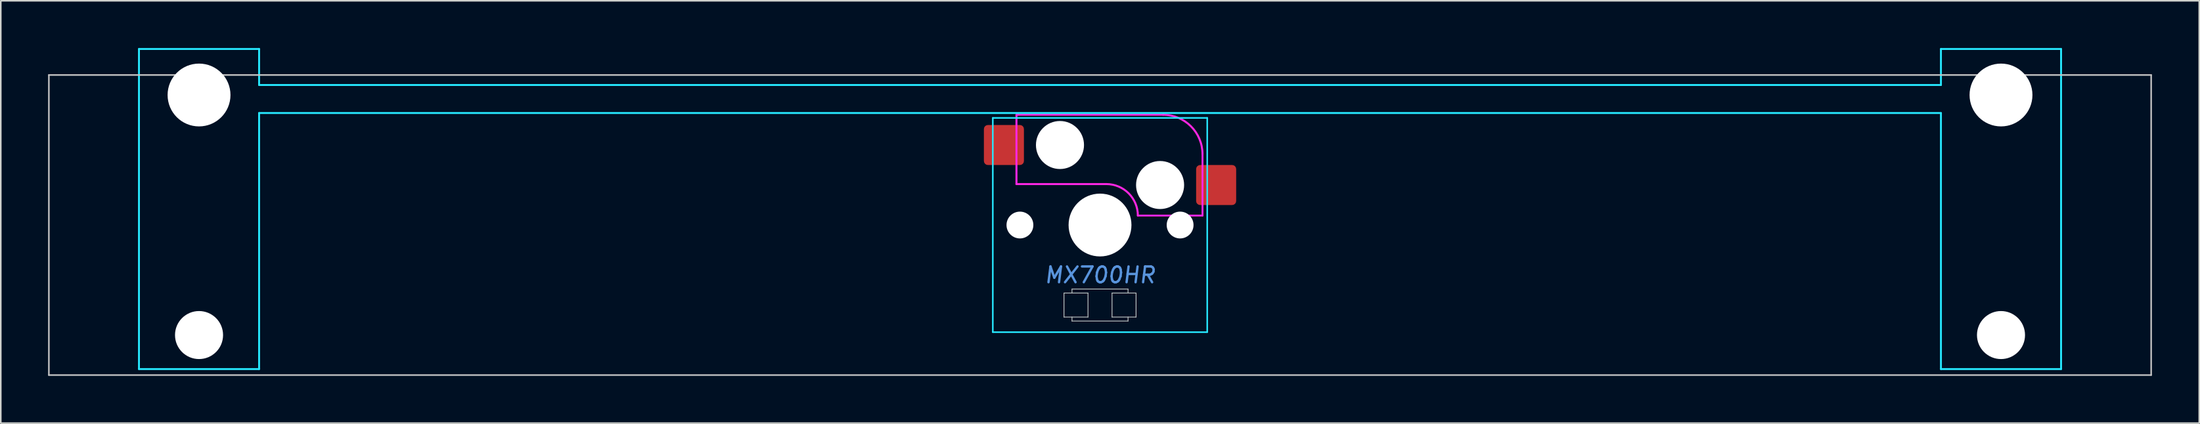
<source format=kicad_pcb>
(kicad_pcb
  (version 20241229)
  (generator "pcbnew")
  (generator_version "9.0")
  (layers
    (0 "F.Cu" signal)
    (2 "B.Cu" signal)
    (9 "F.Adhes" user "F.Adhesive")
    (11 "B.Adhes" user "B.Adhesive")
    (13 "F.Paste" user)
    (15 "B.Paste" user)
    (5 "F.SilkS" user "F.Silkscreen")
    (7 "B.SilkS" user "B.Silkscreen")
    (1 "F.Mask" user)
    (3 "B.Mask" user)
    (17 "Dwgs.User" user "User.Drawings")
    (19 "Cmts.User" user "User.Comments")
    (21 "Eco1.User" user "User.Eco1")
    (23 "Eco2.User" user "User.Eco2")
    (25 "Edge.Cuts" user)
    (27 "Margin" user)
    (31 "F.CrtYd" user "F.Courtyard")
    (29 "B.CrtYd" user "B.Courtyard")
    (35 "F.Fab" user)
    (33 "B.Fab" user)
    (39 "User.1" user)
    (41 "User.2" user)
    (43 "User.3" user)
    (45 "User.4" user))
  (footprint "MX700HR"
    (layer "F.Cu")
    (at 66.725 11.236)
    (property "Reference" "MX700HR" (at 0 3.175 0) (layer "Cmts.User") (effects (font (size 1 1) (thickness 0.15) (italic yes))))
    (attr smd)
    (fp_line (start -66.675 -9.525) (end -66.675 9.525) (stroke (width 0.1) (type solid)) (layer "Dwgs.User"))
    (fp_line (start -66.675 -9.525) (end 66.675 -9.525) (stroke (width 0.1) (type solid)) (layer "Dwgs.User"))
    (fp_line (start -66.675 9.525) (end 66.675 9.525) (stroke (width 0.1) (type solid)) (layer "Dwgs.User"))
    (fp_line (start -2.286 4.318) (end -0.762 4.318) (stroke (width 0.051) (type solid)) (layer "Dwgs.User"))
    (fp_line (start -2.286 5.842) (end -2.286 4.318) (stroke (width 0.051) (type solid)) (layer "Dwgs.User"))
    (fp_line (start -1.778 4.064) (end 1.778 4.064) (stroke (width 0.051) (type solid)) (layer "Dwgs.User"))
    (fp_line (start -1.778 4.318) (end -1.778 4.064) (stroke (width 0.051) (type solid)) (layer "Dwgs.User"))
    (fp_line (start -1.778 6.096) (end -1.778 5.842) (stroke (width 0.051) (type solid)) (layer "Dwgs.User"))
    (fp_line (start -0.762 4.318) (end -0.762 5.842) (stroke (width 0.051) (type solid)) (layer "Dwgs.User"))
    (fp_line (start -0.762 5.842) (end -2.286 5.842) (stroke (width 0.051) (type solid)) (layer "Dwgs.User"))
    (fp_line (start 0.762 4.318) (end 2.286 4.318) (stroke (width 0.051) (type solid)) (layer "Dwgs.User"))
    (fp_line (start 0.762 5.842) (end 0.762 4.318) (stroke (width 0.051) (type solid)) (layer "Dwgs.User"))
    (fp_line (start 1.778 4.064) (end 1.778 4.318) (stroke (width 0.051) (type solid)) (layer "Dwgs.User"))
    (fp_line (start 1.778 5.842) (end 1.778 6.096) (stroke (width 0.051) (type solid)) (layer "Dwgs.User"))
    (fp_line (start 1.778 6.096) (end -1.778 6.096) (stroke (width 0.051) (type solid)) (layer "Dwgs.User"))
    (fp_line (start 2.286 4.318) (end 2.286 5.842) (stroke (width 0.051) (type solid)) (layer "Dwgs.User"))
    (fp_line (start 2.286 5.842) (end 0.762 5.842) (stroke (width 0.051) (type solid)) (layer "Dwgs.User"))
    (fp_line (start 66.675 -9.525) (end 66.675 9.525) (stroke (width 0.1) (type solid)) (layer "Dwgs.User"))
    (fp_line (start -60.65 -8.515) (end -60.65 5.485) (stroke (width 0.1) (type solid)) (layer "Eco1.User"))
    (fp_line (start -60.15 -9.015) (end -54.15 -9.015) (stroke (width 0.1) (type solid)) (layer "Eco1.User"))
    (fp_line (start -54.15 5.985) (end -60.15 5.985) (stroke (width 0.1) (type solid)) (layer "Eco1.User"))
    (fp_line (start -53.65 5.485) (end -53.65 -8.515) (stroke (width 0.1) (type solid)) (layer "Eco1.User"))
    (fp_line (start -7 -6.5) (end -7 6.5) (stroke (width 0.1) (type solid)) (layer "Eco1.User"))
    (fp_line (start -6.5 7) (end 6.5 7) (stroke (width 0.1) (type solid)) (layer "Eco1.User"))
    (fp_line (start 6.5 -7) (end -6.5 -7) (stroke (width 0.1) (type solid)) (layer "Eco1.User"))
    (fp_line (start 7 6.5) (end 7 -6.5) (stroke (width 0.1) (type solid)) (layer "Eco1.User"))
    (fp_line (start 53.65 -8.515) (end 53.65 5.485) (stroke (width 0.1) (type solid)) (layer "Eco1.User"))
    (fp_line (start 54.15 -9.015) (end 60.15 -9.015) (stroke (width 0.1) (type solid)) (layer "Eco1.User"))
    (fp_line (start 60.15 5.985) (end 54.15 5.985) (stroke (width 0.1) (type solid)) (layer "Eco1.User"))
    (fp_line (start 60.65 5.485) (end 60.65 -8.515) (stroke (width 0.1) (type solid)) (layer "Eco1.User"))
    (fp_arc (start -60.65 -8.515) (mid -60.503553 -8.868553) (end -60.15 -9.015) (stroke (width 0.1) (type solid)) (layer "Eco1.User"))
    (fp_arc (start -60.15 5.985) (mid -60.503553 5.838553) (end -60.65 5.485) (stroke (width 0.1) (type solid)) (layer "Eco1.User"))
    (fp_arc (start -54.15 -9.015) (mid -53.796447 -8.868553) (end -53.65 -8.515) (stroke (width 0.1) (type solid)) (layer "Eco1.User"))
    (fp_arc (start -53.65 5.485) (mid -53.796447 5.838553) (end -54.15 5.985) (stroke (width 0.1) (type solid)) (layer "Eco1.User"))
    (fp_arc (start -7 -6.5) (mid -6.853553 -6.853553) (end -6.5 -7) (stroke (width 0.1) (type solid)) (layer "Eco1.User"))
    (fp_arc (start -6.5 7) (mid -6.853553 6.853553) (end -7 6.5) (stroke (width 0.1) (type solid)) (layer "Eco1.User"))
    (fp_arc (start 6.5 -7) (mid 6.853553 -6.853553) (end 7 -6.5) (stroke (width 0.1) (type solid)) (layer "Eco1.User"))
    (fp_arc (start 7 6.5) (mid 6.853553 6.853553) (end 6.5 7) (stroke (width 0.1) (type solid)) (layer "Eco1.User"))
    (fp_arc (start 53.65 -8.515) (mid 53.796447 -8.868553) (end 54.15 -9.015) (stroke (width 0.1) (type solid)) (layer "Eco1.User"))
    (fp_arc (start 54.15 5.985) (mid 53.796447 5.838553) (end 53.65 5.485) (stroke (width 0.1) (type solid)) (layer "Eco1.User"))
    (fp_arc (start 60.15 -9.015) (mid 60.503553 -8.868553) (end 60.65 -8.515) (stroke (width 0.1) (type solid)) (layer "Eco1.User"))
    (fp_arc (start 60.65 5.485) (mid 60.503553 5.838553) (end 60.15 5.985) (stroke (width 0.1) (type solid)) (layer "Eco1.User"))
    (fp_line (start -60.96 -11.176) (end -60.96 9.144) (stroke (width 0.12) (type solid)) (layer "B.CrtYd"))
    (fp_line (start -60.96 -11.176) (end -53.34 -11.176) (stroke (width 0.12) (type solid)) (layer "B.CrtYd"))
    (fp_line (start -60.96 9.144) (end -53.34 9.144) (stroke (width 0.12) (type solid)) (layer "B.CrtYd"))
    (fp_line (start -53.34 -11.176) (end -53.34 -8.89) (stroke (width 0.12) (type solid)) (layer "B.CrtYd"))
    (fp_line (start -53.34 -7.112) (end -53.34 9.144) (stroke (width 0.12) (type solid)) (layer "B.CrtYd"))
    (fp_line (start -6.8 -6.8) (end -6.8 6.8) (stroke (width 0.1) (type solid)) (layer "B.CrtYd"))
    (fp_line (start 6.8 -6.8) (end -6.8 -6.8) (stroke (width 0.1) (type solid)) (layer "B.CrtYd"))
    (fp_line (start 6.8 -6.8) (end 6.8 6.8) (stroke (width 0.1) (type solid)) (layer "B.CrtYd"))
    (fp_line (start 6.8 6.8) (end -6.8 6.8) (stroke (width 0.1) (type solid)) (layer "B.CrtYd"))
    (fp_line (start 53.34 -11.176) (end 53.34 -8.89) (stroke (width 0.12) (type solid)) (layer "B.CrtYd"))
    (fp_line (start 53.34 -8.89) (end -53.34 -8.89) (stroke (width 0.12) (type solid)) (layer "B.CrtYd"))
    (fp_line (start 53.34 -7.112) (end -53.34 -7.112) (stroke (width 0.12) (type solid)) (layer "B.CrtYd"))
    (fp_line (start 53.34 -7.112) (end 53.34 9.144) (stroke (width 0.12) (type solid)) (layer "B.CrtYd"))
    (fp_line (start 60.96 -11.176) (end 53.34 -11.176) (stroke (width 0.12) (type solid)) (layer "B.CrtYd"))
    (fp_line (start 60.96 -11.176) (end 60.96 9.144) (stroke (width 0.12) (type solid)) (layer "B.CrtYd"))
    (fp_line (start 60.96 9.144) (end 53.34 9.144) (stroke (width 0.12) (type solid)) (layer "B.CrtYd"))
    (fp_line (start -5.3 -7) (end -5.3 -2.6) (stroke (width 0.127) (type solid)) (layer "F.CrtYd"))
    (fp_line (start -5.2 -7) (end -5.3 -7) (stroke (width 0.12) (type solid)) (layer "F.CrtYd"))
    (fp_line (start 0.4 -2.6) (end -5.3 -2.6) (stroke (width 0.127) (type solid)) (layer "F.CrtYd"))
    (fp_line (start 4 -7) (end -5.2 -7) (stroke (width 0.12) (type solid)) (layer "F.CrtYd"))
    (fp_line (start 6.5 -4.5) (end 6.5 -0.6) (stroke (width 0.12) (type solid)) (layer "F.CrtYd"))
    (fp_line (start 6.5 -0.6) (end 2.4 -0.6) (stroke (width 0.12) (type solid)) (layer "F.CrtYd"))
    (fp_arc (start 0.4 -2.6) (mid 1.814214 -2.014214) (end 2.4 -0.6) (stroke (width 0.127) (type solid)) (layer "F.CrtYd"))
    (fp_arc (start 4 -7) (mid 5.767767 -6.267767) (end 6.5 -4.5) (stroke (width 0.127) (type solid)) (layer "F.CrtYd"))
    (pad "" np_thru_hole circle (at -57.15 -8.255 180) (size 3.988 3.988) (drill 3.988) (layers "*.Cu" "*.Mask"))
    (pad "" np_thru_hole circle (at -57.15 6.985 180) (size 3.048 3.048) (drill 3.048) (layers "*.Cu" "*.Mask"))
    (pad "" np_thru_hole circle (at -5.08 0) (size 1.702 1.702) (drill 1.702) (layers "*.Cu" "*.Mask"))
    (pad "" np_thru_hole circle (at -2.54 -5.08) (size 3.048 3.048) (drill 3.048) (layers "*.Cu" "*.Mask"))
    (pad "" np_thru_hole circle (at 0 0) (size 3.988 3.988) (drill 3.988) (layers "*.Cu" "*.Mask"))
    (pad "" np_thru_hole circle (at 3.81 -2.54) (size 3.048 3.048) (drill 3.048) (layers "*.Cu" "*.Mask"))
    (pad "" np_thru_hole circle (at 5.08 0) (size 1.702 1.702) (drill 1.702) (layers "*.Cu" "*.Mask"))
    (pad "" np_thru_hole circle (at 57.15 -8.255 180) (size 3.988 3.988) (drill 3.988) (layers "*.Cu" "*.Mask"))
    (pad "" np_thru_hole circle (at 57.15 6.985 180) (size 3.048 3.048) (drill 3.048) (layers "*.Cu" "*.Mask"))
    (pad "1" smd roundrect (at -6.096 -5.08) (size 2.54 2.54) (layers "F.Cu" "F.Mask") (roundrect_rratio 0.1))
    (pad "2" smd roundrect (at 7.366 -2.54) (size 2.54 2.54) (layers "F.Cu" "F.Mask") (roundrect_rratio 0.1)))
  (gr_rect
    (start -3 -3)
    (end 136.45 23.811)
    (stroke (width 0.1) (type default))
    (fill no)
    (layer "Edge.Cuts")))
</source>
